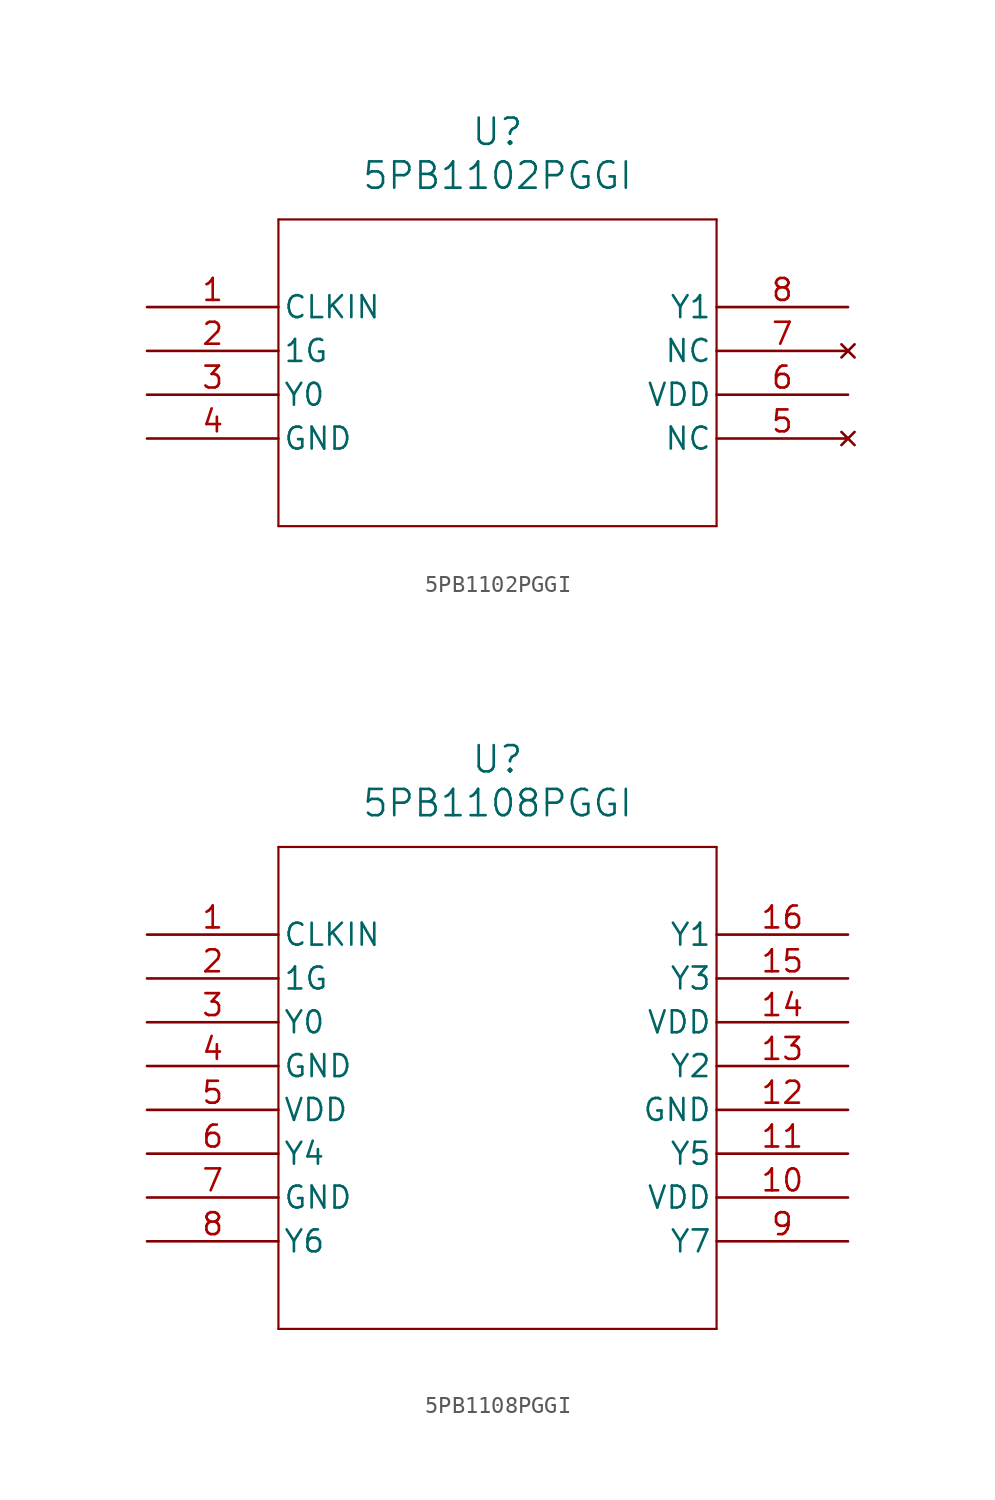
<source format=kicad_sym>
(kicad_symbol_lib
  (version 20241209)
  (generator "kicad_symbol_editor")
  (generator_version "9.0")
  (symbol "5PB1102PGGI"
    (pin_names
      (offset 0.254))
    (property "Reference" "U"
      (at 20.32 10.16 0)
      (effects (font (size 1.524 1.524))))
    (property "Value" "5PB1102PGGI"
      (at 20.32 7.62 0)
      (effects (font (size 1.524 1.524))))
    (property "ki_locked" ""
      (at 0 0 0)
      (effects (font (size 1.27 1.27))))
    (symbol "5PB1102PGGI_0_1"
      (polyline (pts (xy 7.62 5.08) (xy 7.62 -12.7)) (stroke (width 0.127) (type default)) (fill (type none)))
      (polyline (pts (xy 7.62 -12.7) (xy 33.02 -12.7)) (stroke (width 0.127) (type default)) (fill (type none)))
      (polyline (pts (xy 33.02 5.08) (xy 7.62 5.08)) (stroke (width 0.127) (type default)) (fill (type none)))
      (polyline (pts (xy 33.02 -12.7) (xy 33.02 5.08)) (stroke (width 0.127) (type default)) (fill (type none)))
      (pin input line (at 0 0 0) (length 7.62) (name "CLKIN" (effects (font (size 1.27 1.27)))) (number "1" (effects (font (size 1.27 1.27)))))
      (pin input line (at 0 -2.54 0) (length 7.62) (name "1G" (effects (font (size 1.27 1.27)))) (number "2" (effects (font (size 1.27 1.27)))))
      (pin output line (at 0 -5.08 0) (length 7.62) (name "Y0" (effects (font (size 1.27 1.27)))) (number "3" (effects (font (size 1.27 1.27)))))
      (pin power_out line (at 0 -7.62 0) (length 7.62) (name "GND" (effects (font (size 1.27 1.27)))) (number "4" (effects (font (size 1.27 1.27)))))
      (pin output line (at 40.64 0 180) (length 7.62) (name "Y1" (effects (font (size 1.27 1.27)))) (number "8" (effects (font (size 1.27 1.27)))))
      (pin no_connect line (at 40.64 -2.54 180) (length 7.62) (name "NC" (effects (font (size 1.27 1.27)))) (number "7" (effects (font (size 1.27 1.27)))))
      (pin power_in line (at 40.64 -5.08 180) (length 7.62) (name "VDD" (effects (font (size 1.27 1.27)))) (number "6" (effects (font (size 1.27 1.27)))))
      (pin no_connect line (at 40.64 -7.62 180) (length 7.62) (name "NC" (effects (font (size 1.27 1.27)))) (number "5" (effects (font (size 1.27 1.27)))))))
  (symbol "5PB1108PGGI"
    (pin_names
      (offset 0.254))
    (property "Reference" "U"
      (at 20.32 10.16 0)
      (effects (font (size 1.524 1.524))))
    (property "Value" "5PB1108PGGI"
      (at 20.32 7.62 0)
      (effects (font (size 1.524 1.524))))
    (property "ki_locked" ""
      (at 0 0 0)
      (effects (font (size 1.27 1.27))))
    (symbol "5PB1108PGGI_0_1"
      (polyline (pts (xy 7.62 5.08) (xy 7.62 -22.86)) (stroke (width 0.127) (type default)) (fill (type none)))
      (polyline (pts (xy 7.62 -22.86) (xy 33.02 -22.86)) (stroke (width 0.127) (type default)) (fill (type none)))
      (polyline (pts (xy 33.02 5.08) (xy 7.62 5.08)) (stroke (width 0.127) (type default)) (fill (type none)))
      (polyline (pts (xy 33.02 -22.86) (xy 33.02 5.08)) (stroke (width 0.127) (type default)) (fill (type none)))
      (pin input line (at 0 0 0) (length 7.62) (name "CLKIN" (effects (font (size 1.27 1.27)))) (number "1" (effects (font (size 1.27 1.27)))))
      (pin output line (at 0 -2.54 0) (length 7.62) (name "1G" (effects (font (size 1.27 1.27)))) (number "2" (effects (font (size 1.27 1.27)))))
      (pin output line (at 0 -5.08 0) (length 7.62) (name "Y0" (effects (font (size 1.27 1.27)))) (number "3" (effects (font (size 1.27 1.27)))))
      (pin power_out line (at 0 -7.62 0) (length 7.62) (name "GND" (effects (font (size 1.27 1.27)))) (number "4" (effects (font (size 1.27 1.27)))))
      (pin power_in line (at 0 -10.16 0) (length 7.62) (name "VDD" (effects (font (size 1.27 1.27)))) (number "5" (effects (font (size 1.27 1.27)))))
      (pin output line (at 0 -12.7 0) (length 7.62) (name "Y4" (effects (font (size 1.27 1.27)))) (number "6" (effects (font (size 1.27 1.27)))))
      (pin power_out line (at 0 -15.24 0) (length 7.62) (name "GND" (effects (font (size 1.27 1.27)))) (number "7" (effects (font (size 1.27 1.27)))))
      (pin output line (at 0 -17.78 0) (length 7.62) (name "Y6" (effects (font (size 1.27 1.27)))) (number "8" (effects (font (size 1.27 1.27)))))
      (pin output line (at 40.64 0 180) (length 7.62) (name "Y1" (effects (font (size 1.27 1.27)))) (number "16" (effects (font (size 1.27 1.27)))))
      (pin output line (at 40.64 -2.54 180) (length 7.62) (name "Y3" (effects (font (size 1.27 1.27)))) (number "15" (effects (font (size 1.27 1.27)))))
      (pin power_in line (at 40.64 -5.08 180) (length 7.62) (name "VDD" (effects (font (size 1.27 1.27)))) (number "14" (effects (font (size 1.27 1.27)))))
      (pin output line (at 40.64 -7.62 180) (length 7.62) (name "Y2" (effects (font (size 1.27 1.27)))) (number "13" (effects (font (size 1.27 1.27)))))
      (pin power_out line (at 40.64 -10.16 180) (length 7.62) (name "GND" (effects (font (size 1.27 1.27)))) (number "12" (effects (font (size 1.27 1.27)))))
      (pin output line (at 40.64 -12.7 180) (length 7.62) (name "Y5" (effects (font (size 1.27 1.27)))) (number "11" (effects (font (size 1.27 1.27)))))
      (pin power_in line (at 40.64 -15.24 180) (length 7.62) (name "VDD" (effects (font (size 1.27 1.27)))) (number "10" (effects (font (size 1.27 1.27)))))
      (pin output line (at 40.64 -17.78 180) (length 7.62) (name "Y7" (effects (font (size 1.27 1.27)))) (number "9" (effects (font (size 1.27 1.27))))))))
</source>
